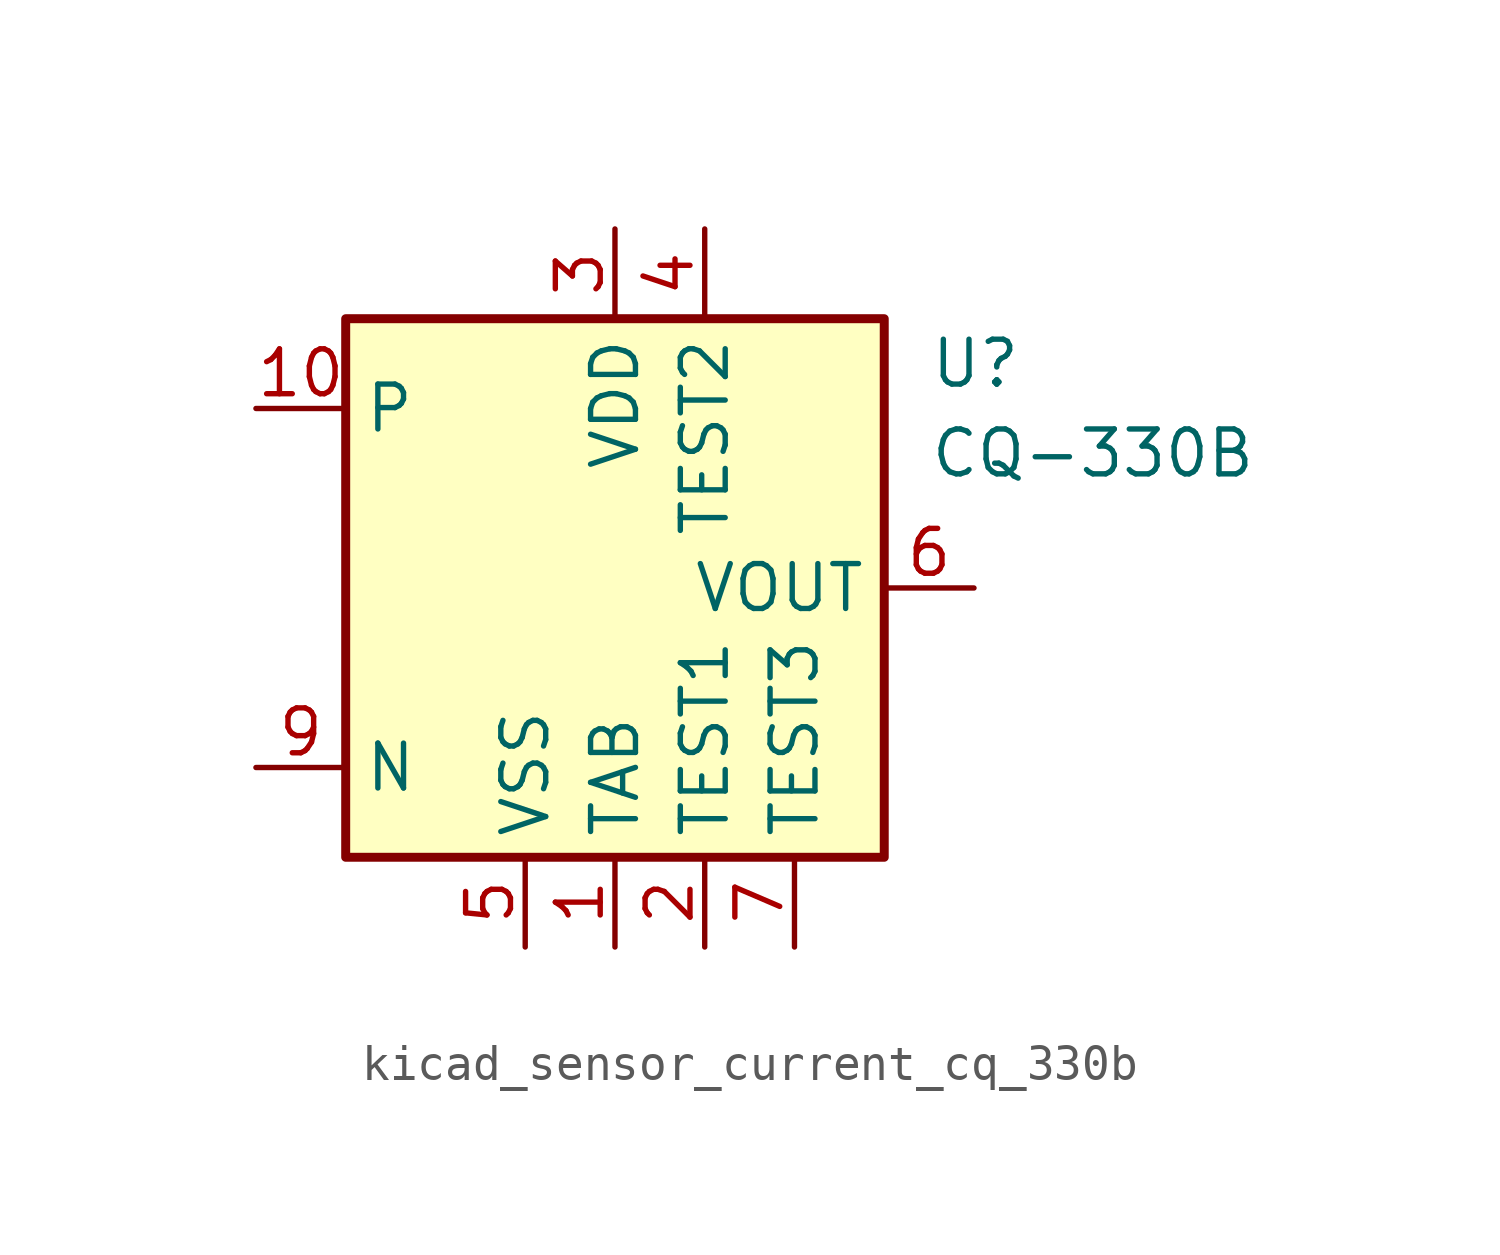
<source format=kicad_sym>
(kicad_symbol_lib
  (version 20220914)
  (generator kicad_symbol_editor)
  (symbol "kicad_sensor_current_cq_330b"
    (property "Reference" "U"
      (at 8.89 6.35 0)
      (effects (font (size 1.27 1.27)) (justify left)))
    (property "Value" "CQ-330B"
      (at 8.89 3.81 0)
      (effects (font (size 1.27 1.27)) (justify left)))
    (symbol "kicad_sensor_current_cq_330b_0_1"
      (rectangle (start -7.62 7.62) (end 7.62 -7.62) (stroke (width 0.254) (type default)) (fill (type background))))
    (symbol "kicad_sensor_current_cq_330b_1_1"
      (pin power_in line (at 0 -10.16 90) (length 2.54) (name "TAB" (effects (font (size 1.27 1.27)))) (number "1" (effects (font (size 1.27 1.27)))))
      (pin passive line (at -10.16 5.08 0) (length 2.54) (name "P" (effects (font (size 1.27 1.27)))) (number "10" (effects (font (size 1.27 1.27)))))
      (pin power_in line (at 2.54 -10.16 90) (length 2.54) (name "TEST1" (effects (font (size 1.27 1.27)))) (number "2" (effects (font (size 1.27 1.27)))))
      (pin power_in line (at 0 10.16 270) (length 2.54) (name "VDD" (effects (font (size 1.27 1.27)))) (number "3" (effects (font (size 1.27 1.27)))))
      (pin power_in line (at 2.54 10.16 270) (length 2.54) (name "TEST2" (effects (font (size 1.27 1.27)))) (number "4" (effects (font (size 1.27 1.27)))))
      (pin power_in line (at -2.54 -10.16 90) (length 2.54) (name "VSS" (effects (font (size 1.27 1.27)))) (number "5" (effects (font (size 1.27 1.27)))))
      (pin output line (at 10.16 0 180) (length 2.54) (name "VOUT" (effects (font (size 1.27 1.27)))) (number "6" (effects (font (size 1.27 1.27)))))
      (pin power_in line (at 5.08 -10.16 90) (length 2.54) (name "TEST3" (effects (font (size 1.27 1.27)))) (number "7" (effects (font (size 1.27 1.27)))))
      (pin passive line (at 0 -10.16 90) (length 2.54) hide (name "TAB" (effects (font (size 1.27 1.27)))) (number "8" (effects (font (size 1.27 1.27)))))
      (pin passive line (at -10.16 -5.08 0) (length 2.54) (name "N" (effects (font (size 1.27 1.27)))) (number "9" (effects (font (size 1.27 1.27))))))))
</source>
